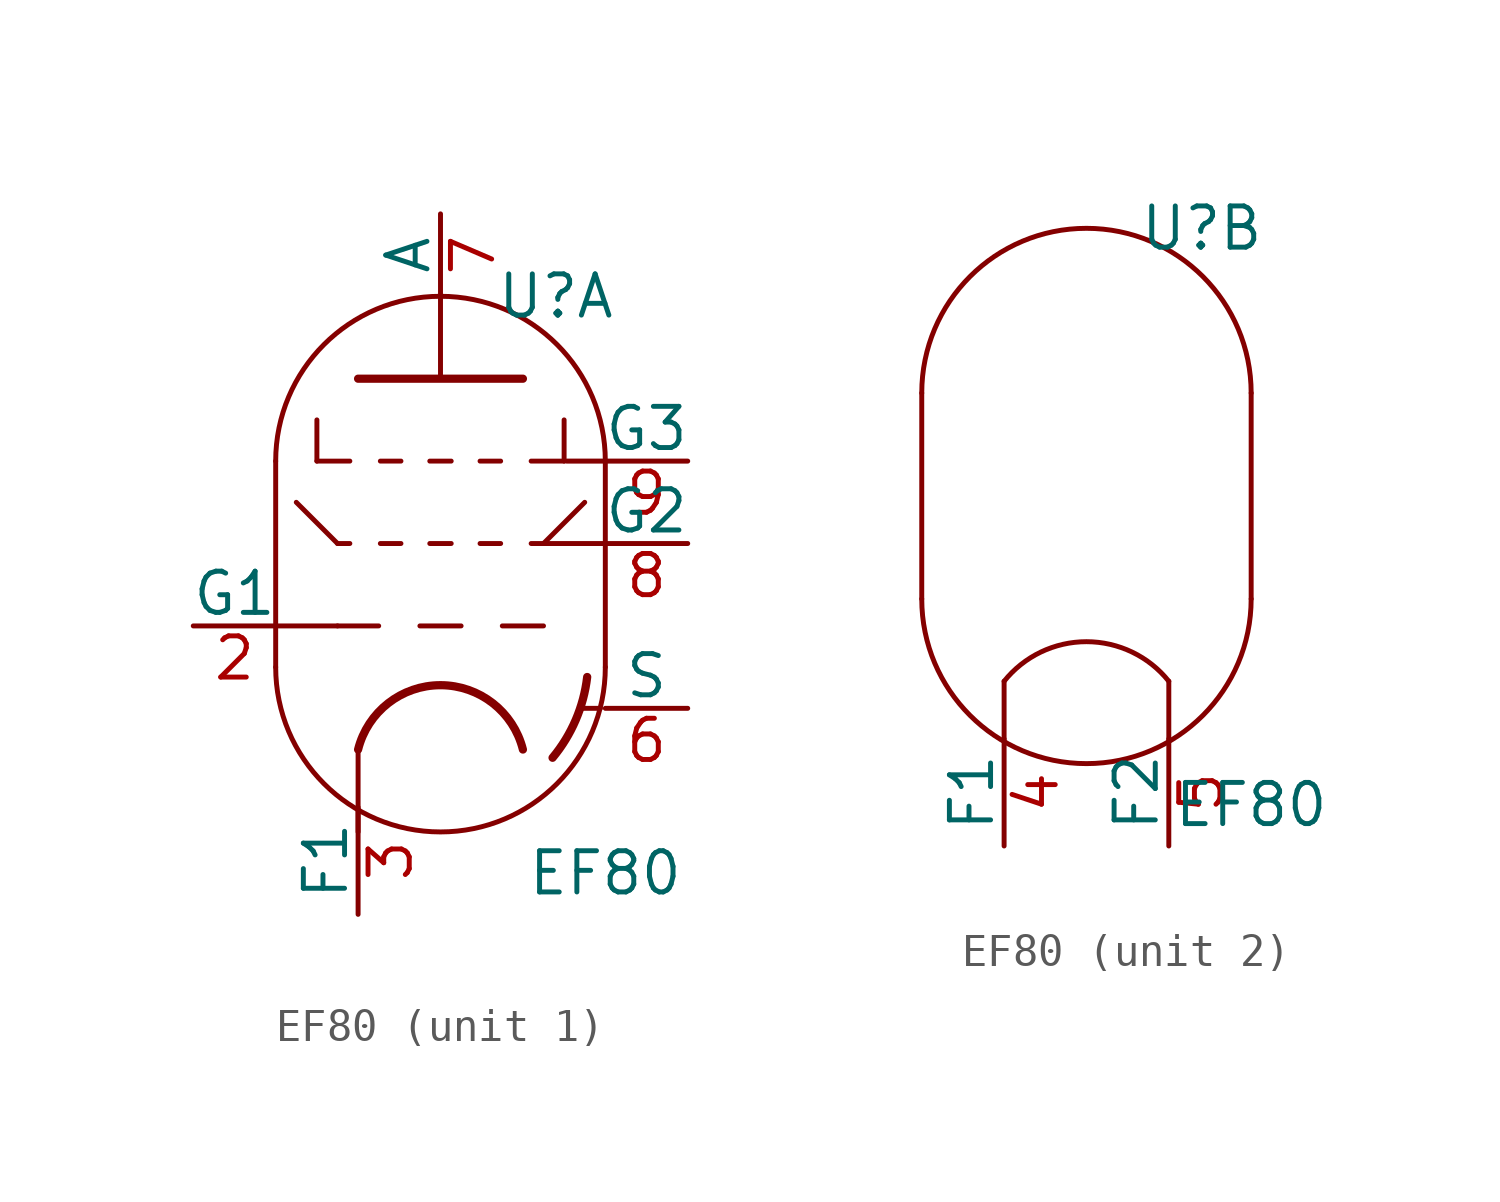
<source format=kicad_sym>
(kicad_symbol_lib
  (version 20211014)
  (generator kicad_symbol_editor)
  (symbol "EF80"
    (pin_names
      (offset 0))
    (property "Reference" "U"
      (at 3.556 8.89 0)
      (effects (font (size 1.27 1.27))))
    (property "Value" "EF80"
      (at 5.08 -8.89 0)
      (effects (font (size 1.27 1.27))))
    (property "ki_locked" ""
      (at 0 0 0)
      (effects (font (size 1.27 1.27))))
    (symbol "EF80_0_1"
      (arc (start -5.08 -2.54) (mid 0 -7.62) (end 5.08 -2.54) (stroke (width 0) (type default) (color 0 0 0 0)) (fill (type none)))
      (polyline (pts (xy -5.08 3.81) (xy -5.08 -2.54) (xy -5.08 -2.54)) (stroke (width 0) (type default) (color 0 0 0 0)) (fill (type none)))
      (polyline (pts (xy 5.08 -2.54) (xy 5.08 3.81) (xy 5.08 3.81)) (stroke (width 0) (type default) (color 0 0 0 0)) (fill (type none)))
      (arc (start 5.08 3.81) (mid 0 8.89) (end -5.08 3.81) (stroke (width 0) (type default) (color 0 0 0 0)) (fill (type none))))
    (symbol "EF80_1_0"
      (polyline (pts (xy -5.08 -1.27) (xy -3.175 -1.27)) (stroke (width 0) (type default) (color 0 0 0 0)) (fill (type none)))
      (polyline (pts (xy -2.54 -5.08) (xy -2.54 -7.62)) (stroke (width 0) (type default) (color 0 0 0 0)) (fill (type none)))
      (polyline (pts (xy -0.635 -1.27) (xy 0.635 -1.27)) (stroke (width 0.152) (type default) (color 0 0 0 0)) (fill (type none)))
      (polyline (pts (xy 0 6.35) (xy 0 8.89)) (stroke (width 0) (type default) (color 0 0 0 0)) (fill (type none)))
      (polyline (pts (xy 1.905 -1.27) (xy 3.175 -1.27)) (stroke (width 0.152) (type default) (color 0 0 0 0)) (fill (type none)))
      (polyline (pts (xy 3.175 1.27) (xy 5.08 1.27)) (stroke (width 0) (type default) (color 0 0 0 0)) (fill (type none)))
      (polyline (pts (xy 3.886 3.81) (xy 5.08 3.81)) (stroke (width 0) (type default) (color 0 0 0 0)) (fill (type none)))
      (polyline (pts (xy 4.318 -3.785) (xy 4.343 -3.81)) (stroke (width 0) (type default) (color 0 0 0 0)) (fill (type none)))
      (polyline (pts (xy 4.928 -3.81) (xy 4.343 -3.81)) (stroke (width 0) (type default) (color 0 0 0 0)) (fill (type none))))
    (symbol "EF80_1_1"
      (polyline (pts (xy -4.445 2.54) (xy -3.175 1.27)) (stroke (width 0.152) (type default) (color 0 0 0 0)) (fill (type none)))
      (polyline (pts (xy -3.81 3.81) (xy -2.794 3.81)) (stroke (width 0.152) (type default) (color 0 0 0 0)) (fill (type none)))
      (polyline (pts (xy -3.81 5.08) (xy -3.81 3.81)) (stroke (width 0.152) (type default) (color 0 0 0 0)) (fill (type none)))
      (polyline (pts (xy -3.175 1.27) (xy -2.794 1.27)) (stroke (width 0.152) (type default) (color 0 0 0 0)) (fill (type none)))
      (polyline (pts (xy -1.905 -1.27) (xy -3.175 -1.27)) (stroke (width 0.152) (type default) (color 0 0 0 0)) (fill (type none)))
      (polyline (pts (xy -1.854 1.27) (xy -1.219 1.27)) (stroke (width 0.152) (type default) (color 0 0 0 0)) (fill (type none)))
      (polyline (pts (xy -1.854 3.81) (xy -1.219 3.81)) (stroke (width 0.152) (type default) (color 0 0 0 0)) (fill (type none)))
      (polyline (pts (xy -0.33 1.27) (xy 0.33 1.27)) (stroke (width 0.152) (type default) (color 0 0 0 0)) (fill (type none)))
      (polyline (pts (xy -0.33 3.81) (xy 0.33 3.81)) (stroke (width 0.152) (type default) (color 0 0 0 0)) (fill (type none)))
      (polyline (pts (xy 1.219 1.27) (xy 1.854 1.27)) (stroke (width 0.152) (type default) (color 0 0 0 0)) (fill (type none)))
      (polyline (pts (xy 1.219 3.81) (xy 1.854 3.81)) (stroke (width 0.152) (type default) (color 0 0 0 0)) (fill (type none)))
      (polyline (pts (xy 2.794 1.27) (xy 3.175 1.27)) (stroke (width 0.152) (type default) (color 0 0 0 0)) (fill (type none)))
      (polyline (pts (xy 3.81 3.81) (xy 2.794 3.81)) (stroke (width 0.152) (type default) (color 0 0 0 0)) (fill (type none)))
      (polyline (pts (xy 3.81 5.08) (xy 3.81 3.81)) (stroke (width 0.152) (type default) (color 0 0 0 0)) (fill (type none)))
      (polyline (pts (xy 4.445 2.54) (xy 3.175 1.27)) (stroke (width 0.152) (type default) (color 0 0 0 0)) (fill (type none)))
      (polyline (pts (xy -2.54 6.35) (xy 2.54 6.35) (xy 2.54 6.35)) (stroke (width 0.254) (type default) (color 0 0 0 0)) (fill (type none)))
      (arc (start 2.54 -5.08) (mid 0 -3.0968) (end -2.54 -5.08) (stroke (width 0.254) (type default) (color 0 0 0 0)) (fill (type none)))
      (arc (start 3.4544 -5.334) (mid 4.1685 -4.1668) (end 4.5212 -2.8448) (stroke (width 0.254) (type default) (color 0 0 0 0)) (fill (type none)))
      (pin input line (at -7.62 -1.27 0) (length 2.54) (name "G1" (effects (font (size 1.27 1.27)))) (number "2" (effects (font (size 1.27 1.27)))))
      (pin power_in line (at -2.54 -10.16 90) (length 3.302) (name "F1" (effects (font (size 1.27 1.27)))) (number "3" (effects (font (size 1.27 1.27)))))
      (pin input line (at 7.62 -3.81 180) (length 2.54) (name "S" (effects (font (size 1.27 1.27)))) (number "6" (effects (font (size 1.27 1.27)))))
      (pin output line (at 0 11.43 270) (length 2.54) (name "A" (effects (font (size 1.27 1.27)))) (number "7" (effects (font (size 1.27 1.27)))))
      (pin input line (at 7.62 1.27 180) (length 2.54) (name "G2" (effects (font (size 1.27 1.27)))) (number "8" (effects (font (size 1.27 1.27)))))
      (pin input line (at 7.62 3.81 180) (length 2.54) (name "G3" (effects (font (size 1.27 1.27)))) (number "9" (effects (font (size 1.27 1.27))))))
    (symbol "EF80_2_1"
      (polyline (pts (xy -2.54 -6.858) (xy -2.54 -5.08) (xy -2.54 -5.08)) (stroke (width 0) (type default) (color 0 0 0 0)) (fill (type none)))
      (polyline (pts (xy 2.54 -6.858) (xy 2.54 -5.08) (xy 2.54 -5.08)) (stroke (width 0) (type default) (color 0 0 0 0)) (fill (type none)))
      (arc (start 2.54 -5.08) (mid 0 -3.8592) (end -2.54 -5.08) (stroke (width 0) (type default) (color 0 0 0 0)) (fill (type none)))
      (pin power_in line (at -2.54 -10.16 90) (length 3.302) (name "F1" (effects (font (size 1.27 1.27)))) (number "4" (effects (font (size 1.27 1.27)))))
      (pin power_in line (at 2.54 -10.16 90) (length 3.302) (name "F2" (effects (font (size 1.27 1.27)))) (number "5" (effects (font (size 1.27 1.27))))))))
</source>
